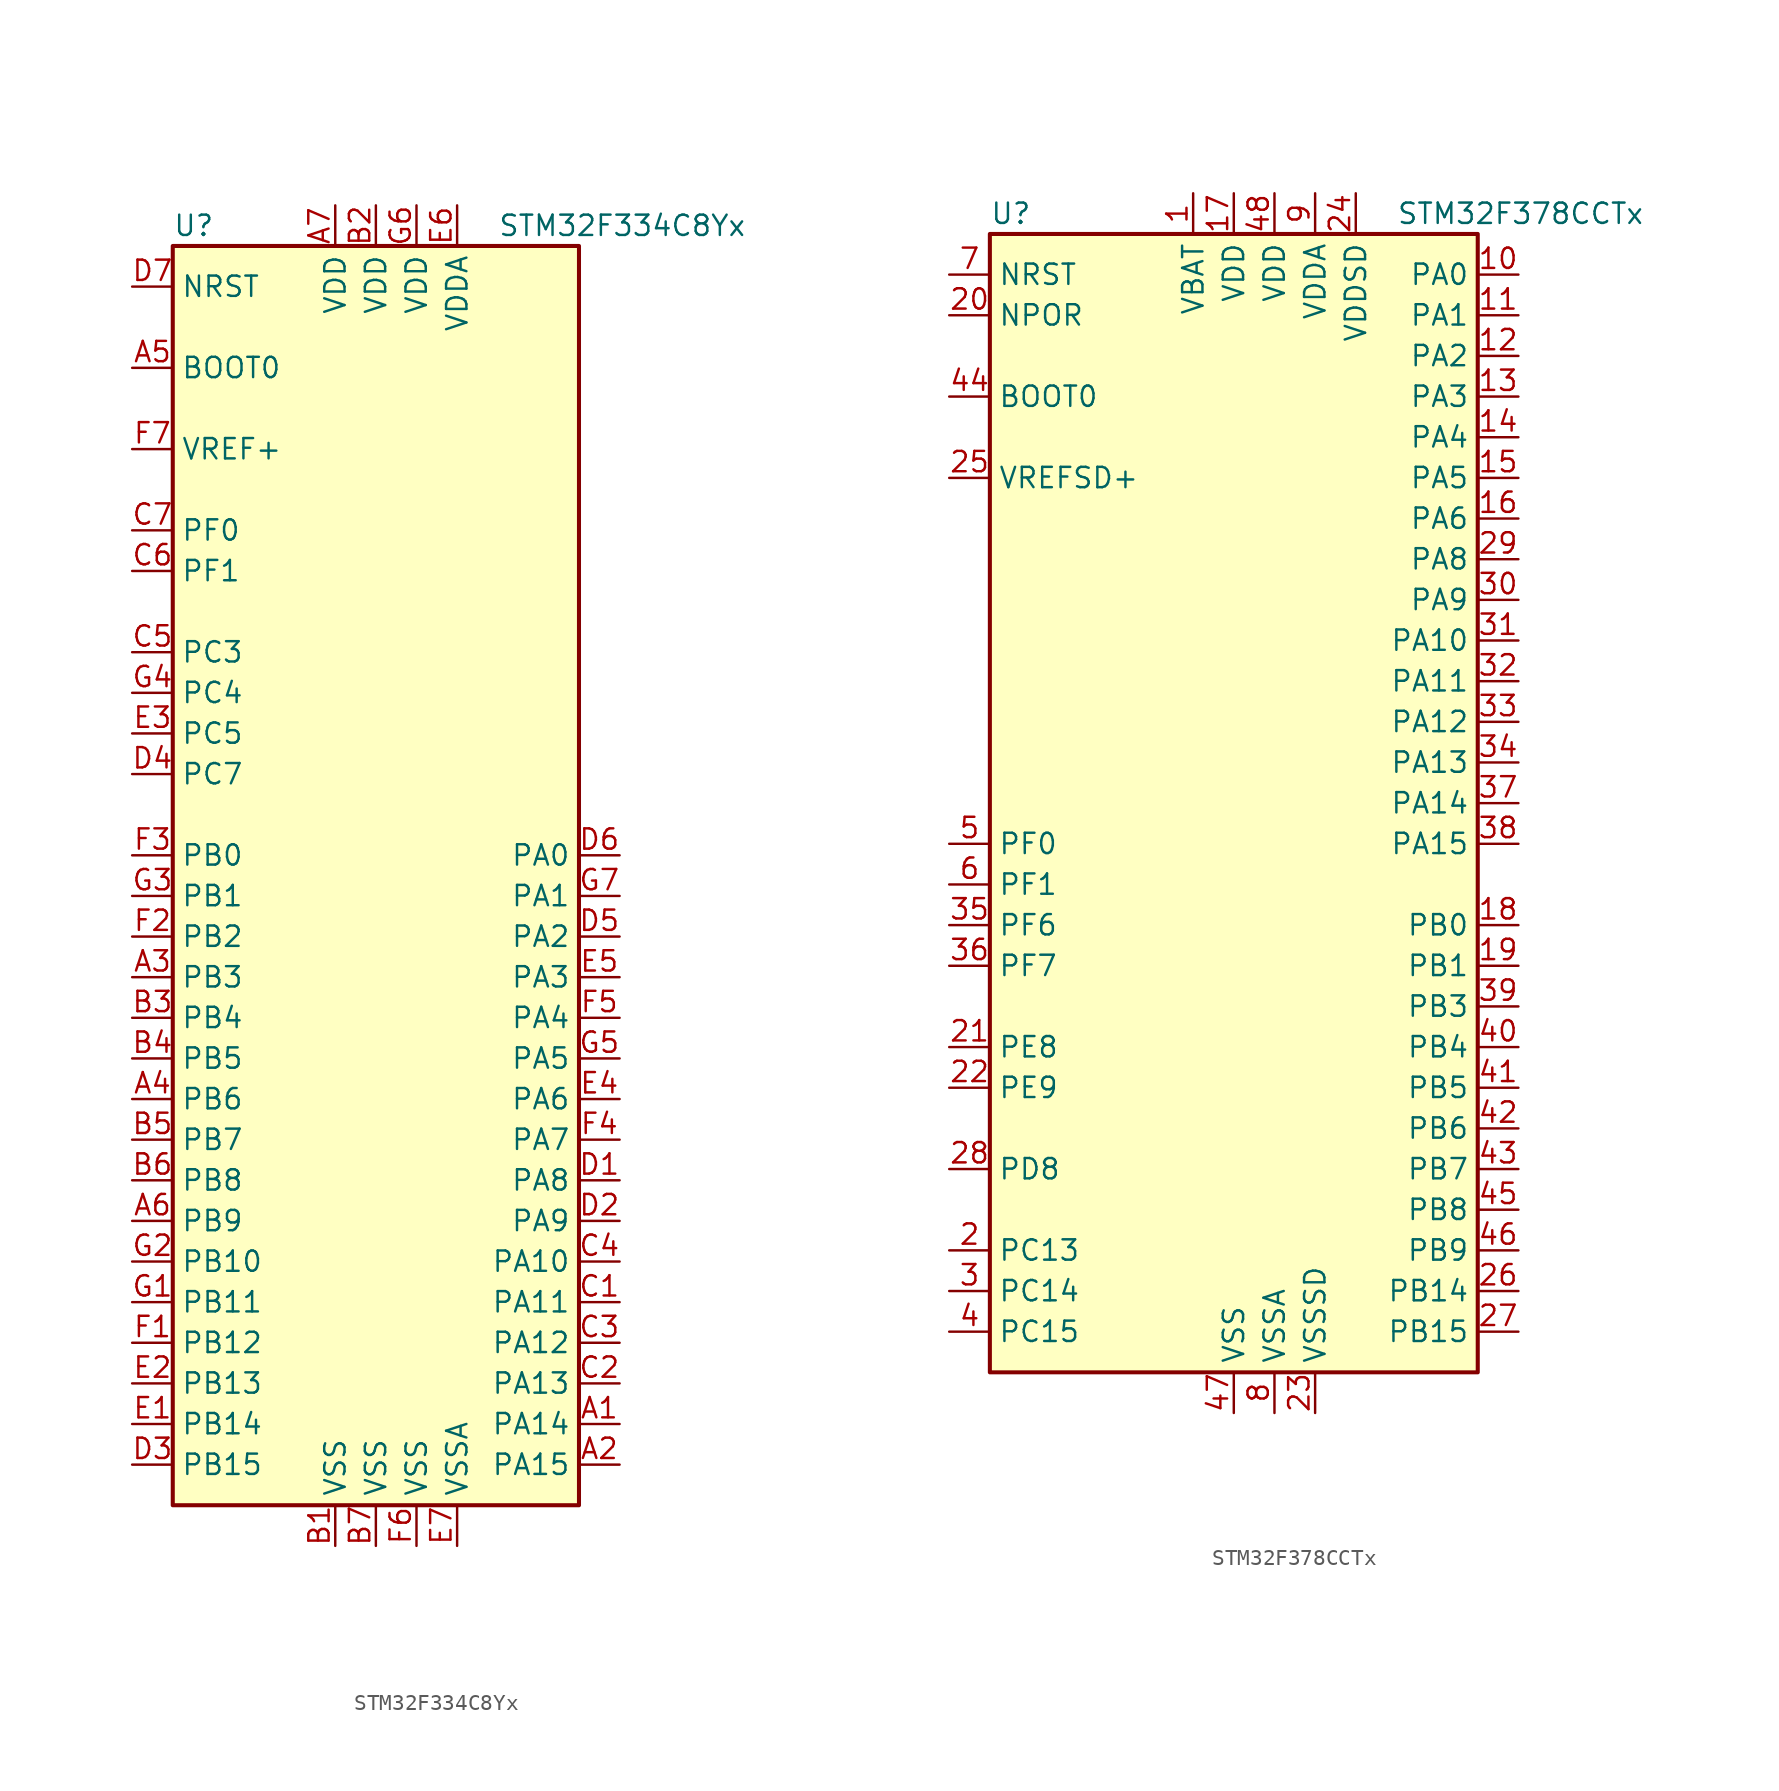
<source format=kicad_sym>
(kicad_symbol_lib
  (version 20211014)
  (generator kicad_symbol_editor)
  (symbol "STM32F334C8Yx"
    (property "Reference" "U"
      (at -12.7 39.37 0)
      (effects (font (size 1.27 1.27)) (justify left)))
    (property "Value" "STM32F334C8Yx"
      (at 7.62 39.37 0)
      (effects (font (size 1.27 1.27)) (justify left)))
    (symbol "STM32F334C8Yx_0_1"
      (rectangle (start -12.7 -40.64) (end 12.7 38.1) (stroke (width 0.254) (type default) (color 0 0 0 0)) (fill (type background))))
    (symbol "STM32F334C8Yx_1_1"
      (pin bidirectional line (at 15.24 -35.56 180) (length 2.54) (name "PA14" (effects (font (size 1.27 1.27)))) (number "A1" (effects (font (size 1.27 1.27)))))
      (pin bidirectional line (at 15.24 -38.1 180) (length 2.54) (name "PA15" (effects (font (size 1.27 1.27)))) (number "A2" (effects (font (size 1.27 1.27)))))
      (pin bidirectional line (at -15.24 -7.62 0) (length 2.54) (name "PB3" (effects (font (size 1.27 1.27)))) (number "A3" (effects (font (size 1.27 1.27)))))
      (pin bidirectional line (at -15.24 -15.24 0) (length 2.54) (name "PB6" (effects (font (size 1.27 1.27)))) (number "A4" (effects (font (size 1.27 1.27)))))
      (pin input line (at -15.24 30.48 0) (length 2.54) (name "BOOT0" (effects (font (size 1.27 1.27)))) (number "A5" (effects (font (size 1.27 1.27)))))
      (pin bidirectional line (at -15.24 -22.86 0) (length 2.54) (name "PB9" (effects (font (size 1.27 1.27)))) (number "A6" (effects (font (size 1.27 1.27)))))
      (pin power_in line (at -2.54 40.64 270) (length 2.54) (name "VDD" (effects (font (size 1.27 1.27)))) (number "A7" (effects (font (size 1.27 1.27)))))
      (pin power_in line (at -2.54 -43.18 90) (length 2.54) (name "VSS" (effects (font (size 1.27 1.27)))) (number "B1" (effects (font (size 1.27 1.27)))))
      (pin power_in line (at 0 40.64 270) (length 2.54) (name "VDD" (effects (font (size 1.27 1.27)))) (number "B2" (effects (font (size 1.27 1.27)))))
      (pin bidirectional line (at -15.24 -10.16 0) (length 2.54) (name "PB4" (effects (font (size 1.27 1.27)))) (number "B3" (effects (font (size 1.27 1.27)))))
      (pin bidirectional line (at -15.24 -12.7 0) (length 2.54) (name "PB5" (effects (font (size 1.27 1.27)))) (number "B4" (effects (font (size 1.27 1.27)))))
      (pin bidirectional line (at -15.24 -17.78 0) (length 2.54) (name "PB7" (effects (font (size 1.27 1.27)))) (number "B5" (effects (font (size 1.27 1.27)))))
      (pin bidirectional line (at -15.24 -20.32 0) (length 2.54) (name "PB8" (effects (font (size 1.27 1.27)))) (number "B6" (effects (font (size 1.27 1.27)))))
      (pin power_in line (at 0 -43.18 90) (length 2.54) (name "VSS" (effects (font (size 1.27 1.27)))) (number "B7" (effects (font (size 1.27 1.27)))))
      (pin bidirectional line (at 15.24 -27.94 180) (length 2.54) (name "PA11" (effects (font (size 1.27 1.27)))) (number "C1" (effects (font (size 1.27 1.27)))))
      (pin bidirectional line (at 15.24 -33.02 180) (length 2.54) (name "PA13" (effects (font (size 1.27 1.27)))) (number "C2" (effects (font (size 1.27 1.27)))))
      (pin bidirectional line (at 15.24 -30.48 180) (length 2.54) (name "PA12" (effects (font (size 1.27 1.27)))) (number "C3" (effects (font (size 1.27 1.27)))))
      (pin bidirectional line (at 15.24 -25.4 180) (length 2.54) (name "PA10" (effects (font (size 1.27 1.27)))) (number "C4" (effects (font (size 1.27 1.27)))))
      (pin bidirectional line (at -15.24 12.7 0) (length 2.54) (name "PC3" (effects (font (size 1.27 1.27)))) (number "C5" (effects (font (size 1.27 1.27)))))
      (pin input line (at -15.24 17.78 0) (length 2.54) (name "PF1" (effects (font (size 1.27 1.27)))) (number "C6" (effects (font (size 1.27 1.27)))))
      (pin input line (at -15.24 20.32 0) (length 2.54) (name "PF0" (effects (font (size 1.27 1.27)))) (number "C7" (effects (font (size 1.27 1.27)))))
      (pin bidirectional line (at 15.24 -20.32 180) (length 2.54) (name "PA8" (effects (font (size 1.27 1.27)))) (number "D1" (effects (font (size 1.27 1.27)))))
      (pin bidirectional line (at 15.24 -22.86 180) (length 2.54) (name "PA9" (effects (font (size 1.27 1.27)))) (number "D2" (effects (font (size 1.27 1.27)))))
      (pin bidirectional line (at -15.24 -38.1 0) (length 2.54) (name "PB15" (effects (font (size 1.27 1.27)))) (number "D3" (effects (font (size 1.27 1.27)))))
      (pin bidirectional line (at -15.24 5.08 0) (length 2.54) (name "PC7" (effects (font (size 1.27 1.27)))) (number "D4" (effects (font (size 1.27 1.27)))))
      (pin bidirectional line (at 15.24 -5.08 180) (length 2.54) (name "PA2" (effects (font (size 1.27 1.27)))) (number "D5" (effects (font (size 1.27 1.27)))))
      (pin bidirectional line (at 15.24 0 180) (length 2.54) (name "PA0" (effects (font (size 1.27 1.27)))) (number "D6" (effects (font (size 1.27 1.27)))))
      (pin input line (at -15.24 35.56 0) (length 2.54) (name "NRST" (effects (font (size 1.27 1.27)))) (number "D7" (effects (font (size 1.27 1.27)))))
      (pin bidirectional line (at -15.24 -35.56 0) (length 2.54) (name "PB14" (effects (font (size 1.27 1.27)))) (number "E1" (effects (font (size 1.27 1.27)))))
      (pin bidirectional line (at -15.24 -33.02 0) (length 2.54) (name "PB13" (effects (font (size 1.27 1.27)))) (number "E2" (effects (font (size 1.27 1.27)))))
      (pin bidirectional line (at -15.24 7.62 0) (length 2.54) (name "PC5" (effects (font (size 1.27 1.27)))) (number "E3" (effects (font (size 1.27 1.27)))))
      (pin bidirectional line (at 15.24 -15.24 180) (length 2.54) (name "PA6" (effects (font (size 1.27 1.27)))) (number "E4" (effects (font (size 1.27 1.27)))))
      (pin bidirectional line (at 15.24 -7.62 180) (length 2.54) (name "PA3" (effects (font (size 1.27 1.27)))) (number "E5" (effects (font (size 1.27 1.27)))))
      (pin power_in line (at 5.08 40.64 270) (length 2.54) (name "VDDA" (effects (font (size 1.27 1.27)))) (number "E6" (effects (font (size 1.27 1.27)))))
      (pin power_in line (at 5.08 -43.18 90) (length 2.54) (name "VSSA" (effects (font (size 1.27 1.27)))) (number "E7" (effects (font (size 1.27 1.27)))))
      (pin bidirectional line (at -15.24 -30.48 0) (length 2.54) (name "PB12" (effects (font (size 1.27 1.27)))) (number "F1" (effects (font (size 1.27 1.27)))))
      (pin bidirectional line (at -15.24 -5.08 0) (length 2.54) (name "PB2" (effects (font (size 1.27 1.27)))) (number "F2" (effects (font (size 1.27 1.27)))))
      (pin bidirectional line (at -15.24 0 0) (length 2.54) (name "PB0" (effects (font (size 1.27 1.27)))) (number "F3" (effects (font (size 1.27 1.27)))))
      (pin bidirectional line (at 15.24 -17.78 180) (length 2.54) (name "PA7" (effects (font (size 1.27 1.27)))) (number "F4" (effects (font (size 1.27 1.27)))))
      (pin bidirectional line (at 15.24 -10.16 180) (length 2.54) (name "PA4" (effects (font (size 1.27 1.27)))) (number "F5" (effects (font (size 1.27 1.27)))))
      (pin power_in line (at 2.54 -43.18 90) (length 2.54) (name "VSS" (effects (font (size 1.27 1.27)))) (number "F6" (effects (font (size 1.27 1.27)))))
      (pin power_in line (at -15.24 25.4 0) (length 2.54) (name "VREF+" (effects (font (size 1.27 1.27)))) (number "F7" (effects (font (size 1.27 1.27)))))
      (pin bidirectional line (at -15.24 -27.94 0) (length 2.54) (name "PB11" (effects (font (size 1.27 1.27)))) (number "G1" (effects (font (size 1.27 1.27)))))
      (pin bidirectional line (at -15.24 -25.4 0) (length 2.54) (name "PB10" (effects (font (size 1.27 1.27)))) (number "G2" (effects (font (size 1.27 1.27)))))
      (pin bidirectional line (at -15.24 -2.54 0) (length 2.54) (name "PB1" (effects (font (size 1.27 1.27)))) (number "G3" (effects (font (size 1.27 1.27)))))
      (pin bidirectional line (at -15.24 10.16 0) (length 2.54) (name "PC4" (effects (font (size 1.27 1.27)))) (number "G4" (effects (font (size 1.27 1.27)))))
      (pin bidirectional line (at 15.24 -12.7 180) (length 2.54) (name "PA5" (effects (font (size 1.27 1.27)))) (number "G5" (effects (font (size 1.27 1.27)))))
      (pin power_in line (at 2.54 40.64 270) (length 2.54) (name "VDD" (effects (font (size 1.27 1.27)))) (number "G6" (effects (font (size 1.27 1.27)))))
      (pin bidirectional line (at 15.24 -2.54 180) (length 2.54) (name "PA1" (effects (font (size 1.27 1.27)))) (number "G7" (effects (font (size 1.27 1.27)))))))
  (symbol "STM32F378CCTx"
    (property "Reference" "U"
      (at -15.24 36.83 0)
      (effects (font (size 1.27 1.27)) (justify left)))
    (property "Value" "STM32F378CCTx"
      (at 10.16 36.83 0)
      (effects (font (size 1.27 1.27)) (justify left)))
    (symbol "STM32F378CCTx_0_1"
      (rectangle (start -15.24 -35.56) (end 15.24 35.56) (stroke (width 0.254) (type default) (color 0 0 0 0)) (fill (type background))))
    (symbol "STM32F378CCTx_1_1"
      (pin power_in line (at -2.54 38.1 270) (length 2.54) (name "VBAT" (effects (font (size 1.27 1.27)))) (number "1" (effects (font (size 1.27 1.27)))))
      (pin bidirectional line (at 17.78 33.02 180) (length 2.54) (name "PA0" (effects (font (size 1.27 1.27)))) (number "10" (effects (font (size 1.27 1.27)))))
      (pin bidirectional line (at 17.78 30.48 180) (length 2.54) (name "PA1" (effects (font (size 1.27 1.27)))) (number "11" (effects (font (size 1.27 1.27)))))
      (pin bidirectional line (at 17.78 27.94 180) (length 2.54) (name "PA2" (effects (font (size 1.27 1.27)))) (number "12" (effects (font (size 1.27 1.27)))))
      (pin bidirectional line (at 17.78 25.4 180) (length 2.54) (name "PA3" (effects (font (size 1.27 1.27)))) (number "13" (effects (font (size 1.27 1.27)))))
      (pin bidirectional line (at 17.78 22.86 180) (length 2.54) (name "PA4" (effects (font (size 1.27 1.27)))) (number "14" (effects (font (size 1.27 1.27)))))
      (pin bidirectional line (at 17.78 20.32 180) (length 2.54) (name "PA5" (effects (font (size 1.27 1.27)))) (number "15" (effects (font (size 1.27 1.27)))))
      (pin bidirectional line (at 17.78 17.78 180) (length 2.54) (name "PA6" (effects (font (size 1.27 1.27)))) (number "16" (effects (font (size 1.27 1.27)))))
      (pin power_in line (at 0 38.1 270) (length 2.54) (name "VDD" (effects (font (size 1.27 1.27)))) (number "17" (effects (font (size 1.27 1.27)))))
      (pin bidirectional line (at 17.78 -7.62 180) (length 2.54) (name "PB0" (effects (font (size 1.27 1.27)))) (number "18" (effects (font (size 1.27 1.27)))))
      (pin bidirectional line (at 17.78 -10.16 180) (length 2.54) (name "PB1" (effects (font (size 1.27 1.27)))) (number "19" (effects (font (size 1.27 1.27)))))
      (pin bidirectional line (at -17.78 -27.94 0) (length 2.54) (name "PC13" (effects (font (size 1.27 1.27)))) (number "2" (effects (font (size 1.27 1.27)))))
      (pin input line (at -17.78 30.48 0) (length 2.54) (name "NPOR" (effects (font (size 1.27 1.27)))) (number "20" (effects (font (size 1.27 1.27)))))
      (pin bidirectional line (at -17.78 -15.24 0) (length 2.54) (name "PE8" (effects (font (size 1.27 1.27)))) (number "21" (effects (font (size 1.27 1.27)))))
      (pin bidirectional line (at -17.78 -17.78 0) (length 2.54) (name "PE9" (effects (font (size 1.27 1.27)))) (number "22" (effects (font (size 1.27 1.27)))))
      (pin power_in line (at 5.08 -38.1 90) (length 2.54) (name "VSSSD" (effects (font (size 1.27 1.27)))) (number "23" (effects (font (size 1.27 1.27)))))
      (pin power_in line (at 7.62 38.1 270) (length 2.54) (name "VDDSD" (effects (font (size 1.27 1.27)))) (number "24" (effects (font (size 1.27 1.27)))))
      (pin power_in line (at -17.78 20.32 0) (length 2.54) (name "VREFSD+" (effects (font (size 1.27 1.27)))) (number "25" (effects (font (size 1.27 1.27)))))
      (pin bidirectional line (at 17.78 -30.48 180) (length 2.54) (name "PB14" (effects (font (size 1.27 1.27)))) (number "26" (effects (font (size 1.27 1.27)))))
      (pin bidirectional line (at 17.78 -33.02 180) (length 2.54) (name "PB15" (effects (font (size 1.27 1.27)))) (number "27" (effects (font (size 1.27 1.27)))))
      (pin bidirectional line (at -17.78 -22.86 0) (length 2.54) (name "PD8" (effects (font (size 1.27 1.27)))) (number "28" (effects (font (size 1.27 1.27)))))
      (pin bidirectional line (at 17.78 15.24 180) (length 2.54) (name "PA8" (effects (font (size 1.27 1.27)))) (number "29" (effects (font (size 1.27 1.27)))))
      (pin bidirectional line (at -17.78 -30.48 0) (length 2.54) (name "PC14" (effects (font (size 1.27 1.27)))) (number "3" (effects (font (size 1.27 1.27)))))
      (pin bidirectional line (at 17.78 12.7 180) (length 2.54) (name "PA9" (effects (font (size 1.27 1.27)))) (number "30" (effects (font (size 1.27 1.27)))))
      (pin bidirectional line (at 17.78 10.16 180) (length 2.54) (name "PA10" (effects (font (size 1.27 1.27)))) (number "31" (effects (font (size 1.27 1.27)))))
      (pin bidirectional line (at 17.78 7.62 180) (length 2.54) (name "PA11" (effects (font (size 1.27 1.27)))) (number "32" (effects (font (size 1.27 1.27)))))
      (pin bidirectional line (at 17.78 5.08 180) (length 2.54) (name "PA12" (effects (font (size 1.27 1.27)))) (number "33" (effects (font (size 1.27 1.27)))))
      (pin bidirectional line (at 17.78 2.54 180) (length 2.54) (name "PA13" (effects (font (size 1.27 1.27)))) (number "34" (effects (font (size 1.27 1.27)))))
      (pin bidirectional line (at -17.78 -7.62 0) (length 2.54) (name "PF6" (effects (font (size 1.27 1.27)))) (number "35" (effects (font (size 1.27 1.27)))))
      (pin bidirectional line (at -17.78 -10.16 0) (length 2.54) (name "PF7" (effects (font (size 1.27 1.27)))) (number "36" (effects (font (size 1.27 1.27)))))
      (pin bidirectional line (at 17.78 0 180) (length 2.54) (name "PA14" (effects (font (size 1.27 1.27)))) (number "37" (effects (font (size 1.27 1.27)))))
      (pin bidirectional line (at 17.78 -2.54 180) (length 2.54) (name "PA15" (effects (font (size 1.27 1.27)))) (number "38" (effects (font (size 1.27 1.27)))))
      (pin bidirectional line (at 17.78 -12.7 180) (length 2.54) (name "PB3" (effects (font (size 1.27 1.27)))) (number "39" (effects (font (size 1.27 1.27)))))
      (pin bidirectional line (at -17.78 -33.02 0) (length 2.54) (name "PC15" (effects (font (size 1.27 1.27)))) (number "4" (effects (font (size 1.27 1.27)))))
      (pin bidirectional line (at 17.78 -15.24 180) (length 2.54) (name "PB4" (effects (font (size 1.27 1.27)))) (number "40" (effects (font (size 1.27 1.27)))))
      (pin bidirectional line (at 17.78 -17.78 180) (length 2.54) (name "PB5" (effects (font (size 1.27 1.27)))) (number "41" (effects (font (size 1.27 1.27)))))
      (pin bidirectional line (at 17.78 -20.32 180) (length 2.54) (name "PB6" (effects (font (size 1.27 1.27)))) (number "42" (effects (font (size 1.27 1.27)))))
      (pin bidirectional line (at 17.78 -22.86 180) (length 2.54) (name "PB7" (effects (font (size 1.27 1.27)))) (number "43" (effects (font (size 1.27 1.27)))))
      (pin input line (at -17.78 25.4 0) (length 2.54) (name "BOOT0" (effects (font (size 1.27 1.27)))) (number "44" (effects (font (size 1.27 1.27)))))
      (pin bidirectional line (at 17.78 -25.4 180) (length 2.54) (name "PB8" (effects (font (size 1.27 1.27)))) (number "45" (effects (font (size 1.27 1.27)))))
      (pin bidirectional line (at 17.78 -27.94 180) (length 2.54) (name "PB9" (effects (font (size 1.27 1.27)))) (number "46" (effects (font (size 1.27 1.27)))))
      (pin power_in line (at 0 -38.1 90) (length 2.54) (name "VSS" (effects (font (size 1.27 1.27)))) (number "47" (effects (font (size 1.27 1.27)))))
      (pin power_in line (at 2.54 38.1 270) (length 2.54) (name "VDD" (effects (font (size 1.27 1.27)))) (number "48" (effects (font (size 1.27 1.27)))))
      (pin input line (at -17.78 -2.54 0) (length 2.54) (name "PF0" (effects (font (size 1.27 1.27)))) (number "5" (effects (font (size 1.27 1.27)))))
      (pin input line (at -17.78 -5.08 0) (length 2.54) (name "PF1" (effects (font (size 1.27 1.27)))) (number "6" (effects (font (size 1.27 1.27)))))
      (pin input line (at -17.78 33.02 0) (length 2.54) (name "NRST" (effects (font (size 1.27 1.27)))) (number "7" (effects (font (size 1.27 1.27)))))
      (pin power_in line (at 2.54 -38.1 90) (length 2.54) (name "VSSA" (effects (font (size 1.27 1.27)))) (number "8" (effects (font (size 1.27 1.27)))))
      (pin power_in line (at 5.08 38.1 270) (length 2.54) (name "VDDA" (effects (font (size 1.27 1.27)))) (number "9" (effects (font (size 1.27 1.27))))))))
</source>
